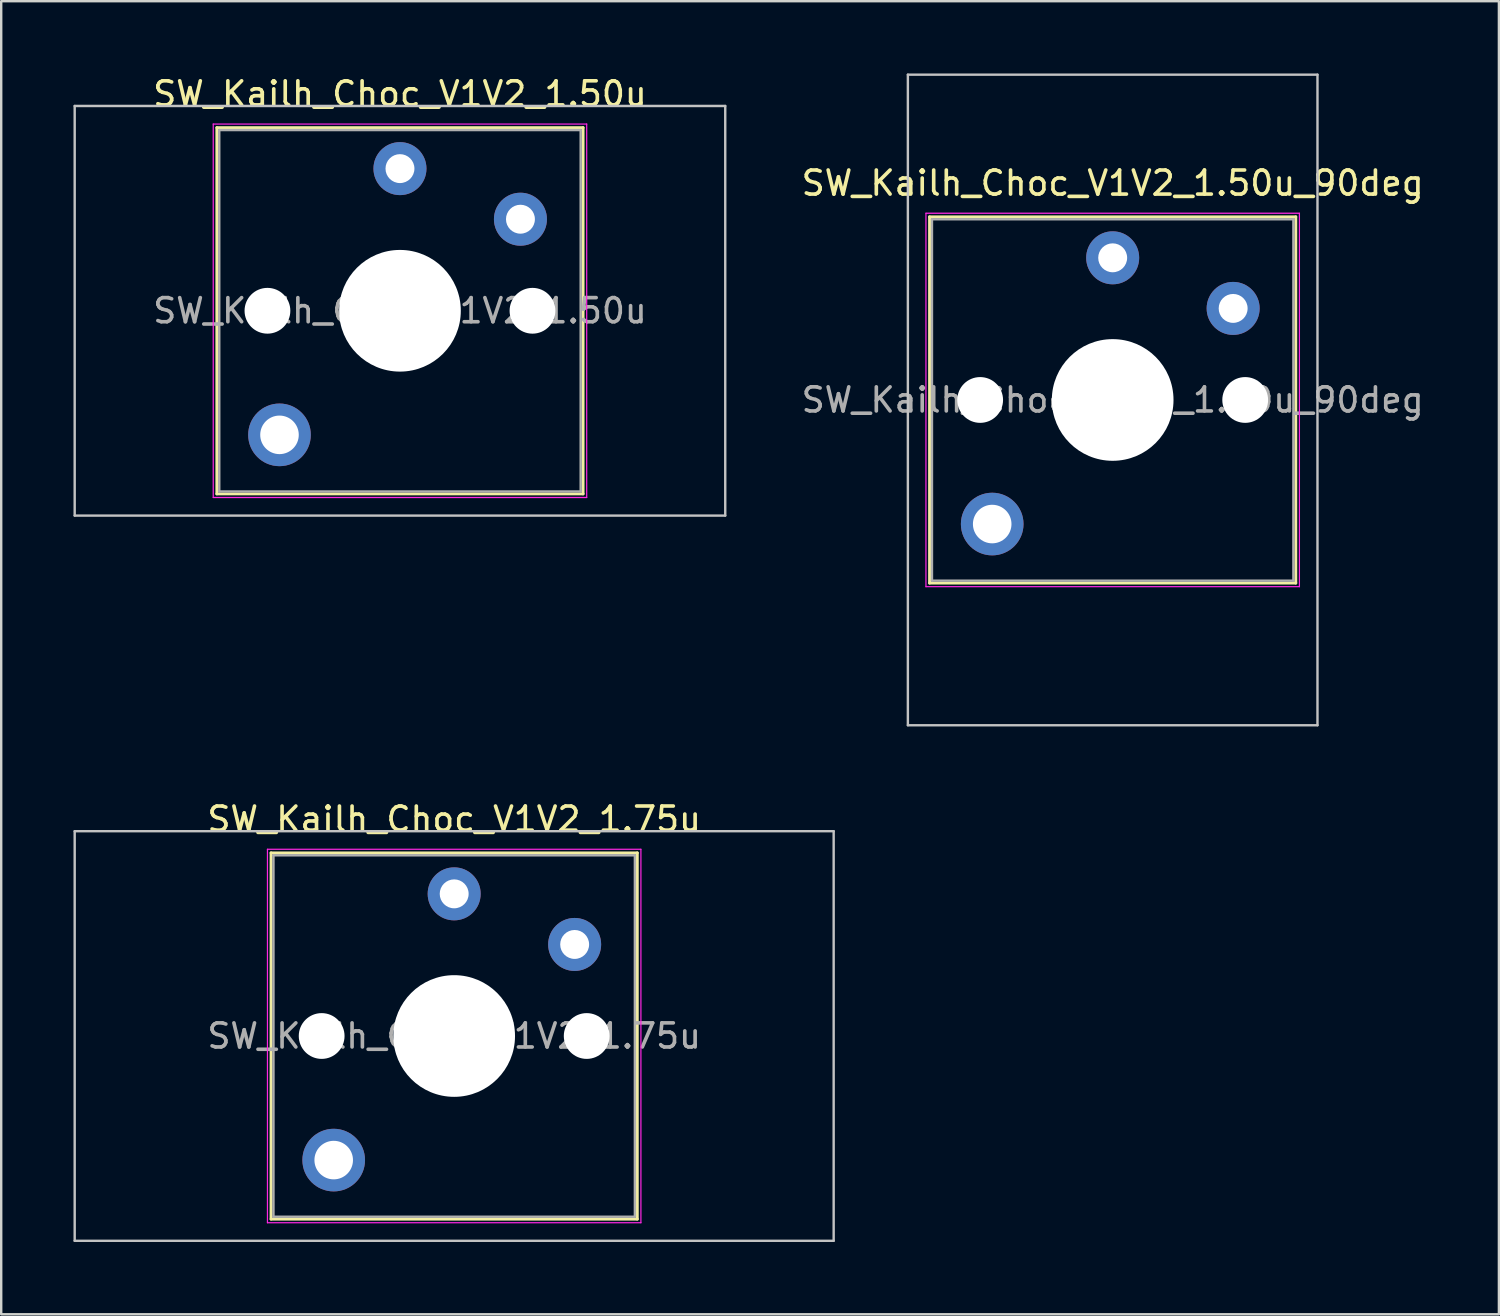
<source format=kicad_pcb>
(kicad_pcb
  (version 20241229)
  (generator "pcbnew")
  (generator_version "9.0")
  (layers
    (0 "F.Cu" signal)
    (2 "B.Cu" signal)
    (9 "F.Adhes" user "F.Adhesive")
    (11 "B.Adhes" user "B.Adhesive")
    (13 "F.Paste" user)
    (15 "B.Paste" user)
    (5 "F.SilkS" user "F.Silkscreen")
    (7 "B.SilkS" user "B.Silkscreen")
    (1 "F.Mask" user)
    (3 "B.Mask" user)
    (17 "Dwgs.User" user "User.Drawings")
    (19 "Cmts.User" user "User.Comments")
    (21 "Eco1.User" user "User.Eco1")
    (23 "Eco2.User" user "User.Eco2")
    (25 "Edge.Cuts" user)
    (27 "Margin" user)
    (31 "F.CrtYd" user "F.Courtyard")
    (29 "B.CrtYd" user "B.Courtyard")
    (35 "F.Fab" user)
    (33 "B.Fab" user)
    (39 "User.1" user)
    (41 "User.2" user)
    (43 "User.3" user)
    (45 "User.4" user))
  (footprint "SW_Kailh_Choc_V1V2_1.50u_90deg"
    (layer "F.Cu")
    (at 43.13 13.55)
    (property "Reference" "SW_Kailh_Choc_V1V2_1.50u_90deg" (at 0 -9 0) (layer "F.SilkS") (effects (font (size 1 1) (thickness 0.15))))
    (attr through_hole)
    (fp_line (start -7.6 -7.6) (end -7.6 7.6) (stroke (width 0.12) (type solid)) (layer "F.SilkS"))
    (fp_line (start -7.6 7.6) (end 7.6 7.6) (stroke (width 0.12) (type solid)) (layer "F.SilkS"))
    (fp_line (start 7.6 -7.6) (end -7.6 -7.6) (stroke (width 0.12) (type solid)) (layer "F.SilkS"))
    (fp_line (start 7.6 7.6) (end 7.6 -7.6) (stroke (width 0.12) (type solid)) (layer "F.SilkS"))
    (fp_line (start -8.5 -13.5) (end 8.5 -13.5) (stroke (width 0.1) (type solid)) (layer "Dwgs.User"))
    (fp_line (start -8.5 13.5) (end -8.5 -13.5) (stroke (width 0.1) (type solid)) (layer "Dwgs.User"))
    (fp_line (start 8.5 -13.5) (end 8.5 13.5) (stroke (width 0.1) (type solid)) (layer "Dwgs.User"))
    (fp_line (start 8.5 13.5) (end -8.5 13.5) (stroke (width 0.1) (type solid)) (layer "Dwgs.User"))
    (fp_line (start -7.25 -7.25) (end -7.25 7.25) (stroke (width 0.1) (type solid)) (layer "Eco1.User"))
    (fp_line (start -7.25 7.25) (end 7.25 7.25) (stroke (width 0.1) (type solid)) (layer "Eco1.User"))
    (fp_line (start 7.25 -7.25) (end -7.25 -7.25) (stroke (width 0.1) (type solid)) (layer "Eco1.User"))
    (fp_line (start 7.25 7.25) (end 7.25 -7.25) (stroke (width 0.1) (type solid)) (layer "Eco1.User"))
    (fp_line (start -7.75 -7.75) (end -7.75 7.75) (stroke (width 0.05) (type solid)) (layer "F.CrtYd"))
    (fp_line (start -7.75 7.75) (end 7.75 7.75) (stroke (width 0.05) (type solid)) (layer "F.CrtYd"))
    (fp_line (start 7.75 -7.75) (end -7.75 -7.75) (stroke (width 0.05) (type solid)) (layer "F.CrtYd"))
    (fp_line (start 7.75 7.75) (end 7.75 -7.75) (stroke (width 0.05) (type solid)) (layer "F.CrtYd"))
    (fp_line (start -7.5 -7.5) (end -7.5 7.5) (stroke (width 0.1) (type solid)) (layer "F.Fab"))
    (fp_line (start -7.5 7.5) (end 7.5 7.5) (stroke (width 0.1) (type solid)) (layer "F.Fab"))
    (fp_line (start 7.5 -7.5) (end -7.5 -7.5) (stroke (width 0.1) (type solid)) (layer "F.Fab"))
    (fp_line (start 7.5 7.5) (end 7.5 -7.5) (stroke (width 0.1) (type solid)) (layer "F.Fab"))
    (fp_text user "${REFERENCE}" (at 0 0 0) (layer "F.Fab") (effects (font (size 1 1) (thickness 0.15))))
    (pad "" np_thru_hole circle (at -5.5 0) (size 1.9 1.9) (drill 1.9) (layers "*.Cu" "*.Mask"))
    (pad "" smd circle (at -5 5.15) (size 1.65 1.65) (layers "F.Mask"))
    (pad "" thru_hole circle (at -5 5.15) (size 2.6 2.6) (drill 1.6) (layers "*.Cu" "B.Mask"))
    (pad "" smd circle (at 0 -5.9) (size 1.25 1.25) (layers "F.Mask"))
    (pad "" np_thru_hole circle (at 0 0) (size 5.05 5.05) (drill 5.05) (layers "*.Cu" "*.Mask"))
    (pad "" smd circle (at 5 -3.8) (size 1.25 1.25) (layers "F.Mask"))
    (pad "" np_thru_hole circle (at 5.5 0) (size 1.9 1.9) (drill 1.9) (layers "*.Cu" "*.Mask"))
    (pad "1" thru_hole circle (at 0 -5.9) (size 2.2 2.2) (drill 1.2) (layers "*.Cu" "B.Mask"))
    (pad "2" thru_hole circle (at 5 -3.8) (size 2.2 2.2) (drill 1.2) (layers "*.Cu" "B.Mask")))
  (footprint "SW_Kailh_Choc_V1V2_1.75u"
    (layer "F.Cu")
    (at 15.8 39.948)
    (property "Reference" "SW_Kailh_Choc_V1V2_1.75u" (at 0 -9 0) (layer "F.SilkS") (effects (font (size 1 1) (thickness 0.15))))
    (attr through_hole)
    (fp_line (start -7.6 -7.6) (end -7.6 7.6) (stroke (width 0.12) (type solid)) (layer "F.SilkS"))
    (fp_line (start -7.6 7.6) (end 7.6 7.6) (stroke (width 0.12) (type solid)) (layer "F.SilkS"))
    (fp_line (start 7.6 -7.6) (end -7.6 -7.6) (stroke (width 0.12) (type solid)) (layer "F.SilkS"))
    (fp_line (start 7.6 7.6) (end 7.6 -7.6) (stroke (width 0.12) (type solid)) (layer "F.SilkS"))
    (fp_line (start -15.75 -8.5) (end -15.75 8.5) (stroke (width 0.1) (type solid)) (layer "Dwgs.User"))
    (fp_line (start -15.75 8.5) (end 15.75 8.5) (stroke (width 0.1) (type solid)) (layer "Dwgs.User"))
    (fp_line (start 15.75 -8.5) (end -15.75 -8.5) (stroke (width 0.1) (type solid)) (layer "Dwgs.User"))
    (fp_line (start 15.75 8.5) (end 15.75 -8.5) (stroke (width 0.1) (type solid)) (layer "Dwgs.User"))
    (fp_line (start -7.25 -7.25) (end -7.25 7.25) (stroke (width 0.1) (type solid)) (layer "Eco1.User"))
    (fp_line (start -7.25 7.25) (end 7.25 7.25) (stroke (width 0.1) (type solid)) (layer "Eco1.User"))
    (fp_line (start 7.25 -7.25) (end -7.25 -7.25) (stroke (width 0.1) (type solid)) (layer "Eco1.User"))
    (fp_line (start 7.25 7.25) (end 7.25 -7.25) (stroke (width 0.1) (type solid)) (layer "Eco1.User"))
    (fp_line (start -7.75 -7.75) (end -7.75 7.75) (stroke (width 0.05) (type solid)) (layer "F.CrtYd"))
    (fp_line (start -7.75 7.75) (end 7.75 7.75) (stroke (width 0.05) (type solid)) (layer "F.CrtYd"))
    (fp_line (start 7.75 -7.75) (end -7.75 -7.75) (stroke (width 0.05) (type solid)) (layer "F.CrtYd"))
    (fp_line (start 7.75 7.75) (end 7.75 -7.75) (stroke (width 0.05) (type solid)) (layer "F.CrtYd"))
    (fp_line (start -7.5 -7.5) (end -7.5 7.5) (stroke (width 0.1) (type solid)) (layer "F.Fab"))
    (fp_line (start -7.5 7.5) (end 7.5 7.5) (stroke (width 0.1) (type solid)) (layer "F.Fab"))
    (fp_line (start 7.5 -7.5) (end -7.5 -7.5) (stroke (width 0.1) (type solid)) (layer "F.Fab"))
    (fp_line (start 7.5 7.5) (end 7.5 -7.5) (stroke (width 0.1) (type solid)) (layer "F.Fab"))
    (fp_text user "${REFERENCE}" (at 0 0 0) (layer "F.Fab") (effects (font (size 1 1) (thickness 0.15))))
    (pad "" np_thru_hole circle (at -5.5 0) (size 1.9 1.9) (drill 1.9) (layers "*.Cu" "*.Mask"))
    (pad "" smd circle (at -5 5.15) (size 1.65 1.65) (layers "F.Mask"))
    (pad "" thru_hole circle (at -5 5.15) (size 2.6 2.6) (drill 1.6) (layers "*.Cu" "B.Mask"))
    (pad "" smd circle (at 0 -5.9) (size 1.25 1.25) (layers "F.Mask"))
    (pad "" np_thru_hole circle (at 0 0) (size 5.05 5.05) (drill 5.05) (layers "*.Cu" "*.Mask"))
    (pad "" smd circle (at 5 -3.8) (size 1.25 1.25) (layers "F.Mask"))
    (pad "" np_thru_hole circle (at 5.5 0) (size 1.9 1.9) (drill 1.9) (layers "*.Cu" "*.Mask"))
    (pad "1" thru_hole circle (at 0 -5.9) (size 2.2 2.2) (drill 1.2) (layers "*.Cu" "B.Mask"))
    (pad "2" thru_hole circle (at 5 -3.8) (size 2.2 2.2) (drill 1.2) (layers "*.Cu" "B.Mask")))
  (footprint "SW_Kailh_Choc_V1V2_1.50u"
    (layer "F.Cu")
    (at 13.55 9.848)
    (property "Reference" "SW_Kailh_Choc_V1V2_1.50u" (at 0 -9 0) (layer "F.SilkS") (effects (font (size 1 1) (thickness 0.15))))
    (attr through_hole)
    (fp_line (start -7.6 -7.6) (end -7.6 7.6) (stroke (width 0.12) (type solid)) (layer "F.SilkS"))
    (fp_line (start -7.6 7.6) (end 7.6 7.6) (stroke (width 0.12) (type solid)) (layer "F.SilkS"))
    (fp_line (start 7.6 -7.6) (end -7.6 -7.6) (stroke (width 0.12) (type solid)) (layer "F.SilkS"))
    (fp_line (start 7.6 7.6) (end 7.6 -7.6) (stroke (width 0.12) (type solid)) (layer "F.SilkS"))
    (fp_line (start -13.5 -8.5) (end -13.5 8.5) (stroke (width 0.1) (type solid)) (layer "Dwgs.User"))
    (fp_line (start -13.5 8.5) (end 13.5 8.5) (stroke (width 0.1) (type solid)) (layer "Dwgs.User"))
    (fp_line (start 13.5 -8.5) (end -13.5 -8.5) (stroke (width 0.1) (type solid)) (layer "Dwgs.User"))
    (fp_line (start 13.5 8.5) (end 13.5 -8.5) (stroke (width 0.1) (type solid)) (layer "Dwgs.User"))
    (fp_line (start -7.25 -7.25) (end -7.25 7.25) (stroke (width 0.1) (type solid)) (layer "Eco1.User"))
    (fp_line (start -7.25 7.25) (end 7.25 7.25) (stroke (width 0.1) (type solid)) (layer "Eco1.User"))
    (fp_line (start 7.25 -7.25) (end -7.25 -7.25) (stroke (width 0.1) (type solid)) (layer "Eco1.User"))
    (fp_line (start 7.25 7.25) (end 7.25 -7.25) (stroke (width 0.1) (type solid)) (layer "Eco1.User"))
    (fp_line (start -7.75 -7.75) (end -7.75 7.75) (stroke (width 0.05) (type solid)) (layer "F.CrtYd"))
    (fp_line (start -7.75 7.75) (end 7.75 7.75) (stroke (width 0.05) (type solid)) (layer "F.CrtYd"))
    (fp_line (start 7.75 -7.75) (end -7.75 -7.75) (stroke (width 0.05) (type solid)) (layer "F.CrtYd"))
    (fp_line (start 7.75 7.75) (end 7.75 -7.75) (stroke (width 0.05) (type solid)) (layer "F.CrtYd"))
    (fp_line (start -7.5 -7.5) (end -7.5 7.5) (stroke (width 0.1) (type solid)) (layer "F.Fab"))
    (fp_line (start -7.5 7.5) (end 7.5 7.5) (stroke (width 0.1) (type solid)) (layer "F.Fab"))
    (fp_line (start 7.5 -7.5) (end -7.5 -7.5) (stroke (width 0.1) (type solid)) (layer "F.Fab"))
    (fp_line (start 7.5 7.5) (end 7.5 -7.5) (stroke (width 0.1) (type solid)) (layer "F.Fab"))
    (fp_text user "${REFERENCE}" (at 0 0 0) (layer "F.Fab") (effects (font (size 1 1) (thickness 0.15))))
    (pad "" np_thru_hole circle (at -5.5 0) (size 1.9 1.9) (drill 1.9) (layers "*.Cu" "*.Mask"))
    (pad "" smd circle (at -5 5.15) (size 1.65 1.65) (layers "F.Mask"))
    (pad "" thru_hole circle (at -5 5.15) (size 2.6 2.6) (drill 1.6) (layers "*.Cu" "B.Mask"))
    (pad "" smd circle (at 0 -5.9) (size 1.25 1.25) (layers "F.Mask"))
    (pad "" np_thru_hole circle (at 0 0) (size 5.05 5.05) (drill 5.05) (layers "*.Cu" "*.Mask"))
    (pad "" smd circle (at 5 -3.8) (size 1.25 1.25) (layers "F.Mask"))
    (pad "" np_thru_hole circle (at 5.5 0) (size 1.9 1.9) (drill 1.9) (layers "*.Cu" "*.Mask"))
    (pad "1" thru_hole circle (at 0 -5.9) (size 2.2 2.2) (drill 1.2) (layers "*.Cu" "B.Mask"))
    (pad "2" thru_hole circle (at 5 -3.8) (size 2.2 2.2) (drill 1.2) (layers "*.Cu" "B.Mask")))
  (gr_rect
    (start -3 -3)
    (end 59.16 51.498)
    (stroke (width 0.1) (type default))
    (fill no)
    (layer "Edge.Cuts")))
</source>
